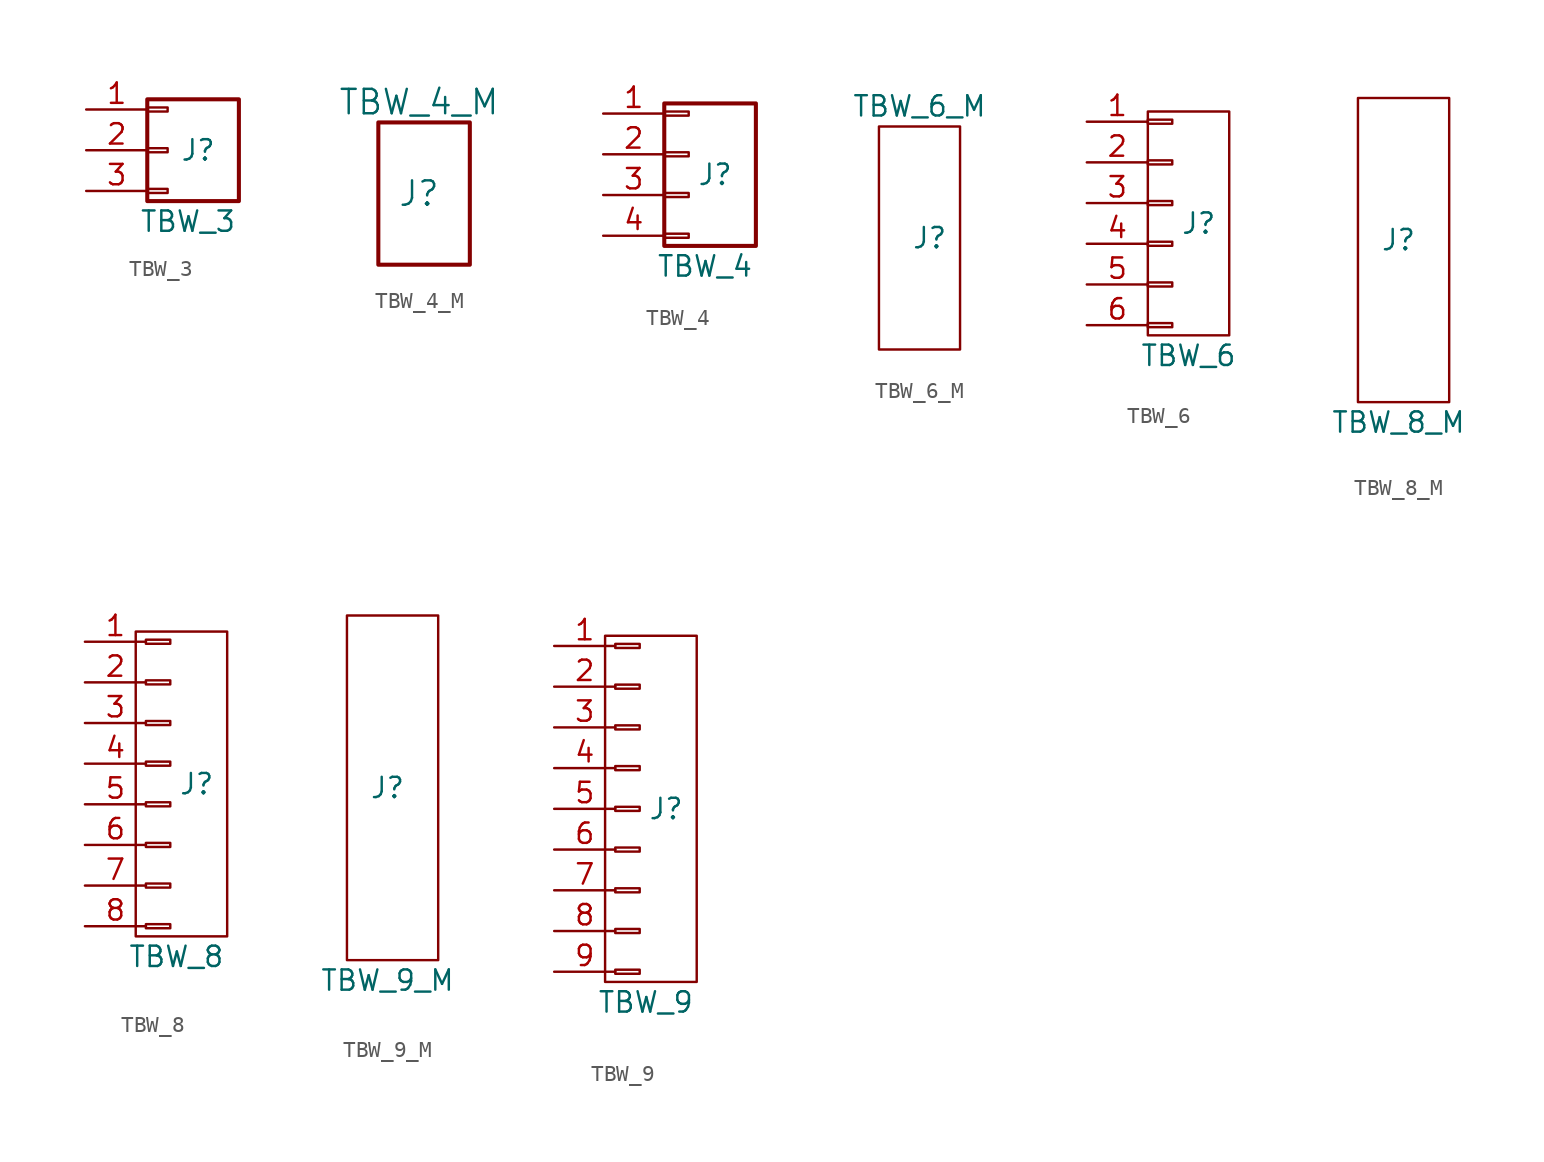
<source format=kicad_sym>
(kicad_symbol_lib
  (version 20211014)
  (generator kicad_symbol_editor)
  (symbol "TBW_3"
    (pin_names
      (offset 1.016) hide)
    (property "Reference" "J"
      (at 1.905 0 0)
      (effects (font (size 1.27 1.27))))
    (property "Value" "TBW_3"
      (at 1.27 -4.445 0)
      (effects (font (size 1.27 1.27))))
    (symbol "TBW_3_0_1"
      (rectangle (start -1.27 3.175) (end 4.445 -3.175) (stroke (width 0.254) (type default) (color 0 0 0 0)) (fill (type none))))
    (symbol "TBW_3_1_1"
      (rectangle (start -1.27 -2.413) (end 0 -2.667) (stroke (width 0.152) (type default) (color 0 0 0 0)) (fill (type none)))
      (rectangle (start -1.27 0.127) (end 0 -0.127) (stroke (width 0.152) (type default) (color 0 0 0 0)) (fill (type none)))
      (rectangle (start -1.27 2.667) (end 0 2.413) (stroke (width 0.152) (type default) (color 0 0 0 0)) (fill (type none)))
      (pin passive line (at -5.08 2.54 0) (length 3.81) (name "Pin_1" (effects (font (size 1.27 1.27)))) (number "1" (effects (font (size 1.27 1.27)))))
      (pin passive line (at -5.08 0 0) (length 3.81) (name "Pin_2" (effects (font (size 1.27 1.27)))) (number "2" (effects (font (size 1.27 1.27)))))
      (pin passive line (at -5.08 -2.54 0) (length 3.81) (name "Pin_3" (effects (font (size 1.27 1.27)))) (number "3" (effects (font (size 1.27 1.27)))))))
  (symbol "TBW_4_M"
    (pin_names
      (offset 1.016))
    (property "Reference" "J"
      (at 0 10.16 0)
      (effects (font (size 1.524 1.524))))
    (property "Value" "TBW_4_M"
      (at 0 15.875 0)
      (effects (font (size 1.524 1.524))))
    (symbol "TBW_4_M_0_1"
      (rectangle (start -2.54 14.605) (end 3.175 5.715) (stroke (width 0.254) (type default) (color 0 0 0 0)) (fill (type none)))))
  (symbol "TBW_4"
    (pin_names
      (offset 1.016) hide)
    (property "Reference" "J"
      (at 1.905 0 0)
      (effects (font (size 1.27 1.27))))
    (property "Value" "TBW_4"
      (at 1.27 -5.715 0)
      (effects (font (size 1.27 1.27))))
    (property "Footprint" ""
      (at 0 0 0)
      (effects (font (size 1.27 1.27))))
    (property "Datasheet" ""
      (at 0 0 0)
      (effects (font (size 1.27 1.27))))
    (symbol "TBW_4_0_1"
      (rectangle (start -1.27 -3.683) (end 0.254 -3.937) (stroke (width 0) (type default) (color 0 0 0 0)) (fill (type none)))
      (rectangle (start -1.27 -1.143) (end 0.254 -1.397) (stroke (width 0) (type default) (color 0 0 0 0)) (fill (type none)))
      (rectangle (start -1.27 1.397) (end 0.254 1.143) (stroke (width 0) (type default) (color 0 0 0 0)) (fill (type none)))
      (rectangle (start -1.27 3.937) (end 0.254 3.683) (stroke (width 0) (type default) (color 0 0 0 0)) (fill (type none)))
      (rectangle (start -1.27 4.445) (end 4.445 -4.445) (stroke (width 0.254) (type default) (color 0 0 0 0)) (fill (type none))))
    (symbol "TBW_4_1_1"
      (pin passive line (at -5.08 3.81 0) (length 3.81) (name "P1" (effects (font (size 1.27 1.27)))) (number "1" (effects (font (size 1.27 1.27)))))
      (pin passive line (at -5.08 1.27 0) (length 3.81) (name "P2" (effects (font (size 1.27 1.27)))) (number "2" (effects (font (size 1.27 1.27)))))
      (pin passive line (at -5.08 -1.27 0) (length 3.81) (name "P3" (effects (font (size 1.27 1.27)))) (number "3" (effects (font (size 1.27 1.27)))))
      (pin passive line (at -5.08 -3.81 0) (length 3.81) (name "P4" (effects (font (size 1.27 1.27)))) (number "4" (effects (font (size 1.27 1.27)))))))
  (symbol "TBW_6_M"
    (pin_names
      (offset 1.016) hide)
    (property "Reference" "J"
      (at 1.905 0 0)
      (effects (font (size 1.27 1.27))))
    (property "Value" "TBW_6_M"
      (at 1.27 8.255 0)
      (effects (font (size 1.27 1.27))))
    (property "Footprint" ""
      (at 0 0 0)
      (effects (font (size 1.27 1.27))))
    (property "Datasheet" ""
      (at 0 0 0)
      (effects (font (size 1.27 1.27))))
    (symbol "TBW_6_M_0_1"
      (rectangle (start -1.27 6.985) (end 3.81 -6.985) (stroke (width 0) (type default) (color 0 0 0 0)) (fill (type none)))))
  (symbol "TBW_6"
    (pin_names
      (offset 1.016) hide)
    (property "Reference" "J"
      (at 1.905 0 0)
      (effects (font (size 1.27 1.27))))
    (property "Value" "TBW_6"
      (at 1.27 -8.255 0)
      (effects (font (size 1.27 1.27))))
    (property "Footprint" ""
      (at 0 0 0)
      (effects (font (size 1.27 1.27))))
    (property "Datasheet" ""
      (at 0 0 0)
      (effects (font (size 1.27 1.27))))
    (symbol "TBW_6_0_1"
      (rectangle (start -1.27 -6.223) (end 0.254 -6.477) (stroke (width 0) (type default) (color 0 0 0 0)) (fill (type none)))
      (rectangle (start -1.27 -3.683) (end 0.254 -3.937) (stroke (width 0) (type default) (color 0 0 0 0)) (fill (type none)))
      (rectangle (start -1.27 -1.143) (end 0.254 -1.397) (stroke (width 0) (type default) (color 0 0 0 0)) (fill (type none)))
      (rectangle (start -1.27 1.397) (end 0.254 1.143) (stroke (width 0) (type default) (color 0 0 0 0)) (fill (type none)))
      (rectangle (start -1.27 3.937) (end 0.254 3.683) (stroke (width 0) (type default) (color 0 0 0 0)) (fill (type none)))
      (rectangle (start -1.27 6.477) (end 0.254 6.223) (stroke (width 0) (type default) (color 0 0 0 0)) (fill (type none)))
      (rectangle (start -1.27 6.985) (end 3.81 -6.985) (stroke (width 0) (type default) (color 0 0 0 0)) (fill (type none))))
    (symbol "TBW_6_1_1"
      (pin passive line (at -5.08 6.35 0) (length 3.81) (name "P1" (effects (font (size 1.27 1.27)))) (number "1" (effects (font (size 1.27 1.27)))))
      (pin passive line (at -5.08 3.81 0) (length 3.81) (name "P2" (effects (font (size 1.27 1.27)))) (number "2" (effects (font (size 1.27 1.27)))))
      (pin passive line (at -5.08 1.27 0) (length 3.81) (name "P3" (effects (font (size 1.27 1.27)))) (number "3" (effects (font (size 1.27 1.27)))))
      (pin passive line (at -5.08 -1.27 0) (length 3.81) (name "P4" (effects (font (size 1.27 1.27)))) (number "4" (effects (font (size 1.27 1.27)))))
      (pin passive line (at -5.08 -3.81 0) (length 3.81) (name "P5" (effects (font (size 1.27 1.27)))) (number "5" (effects (font (size 1.27 1.27)))))
      (pin passive line (at -5.08 -6.35 0) (length 3.81) (name "P6" (effects (font (size 1.27 1.27)))) (number "6" (effects (font (size 1.27 1.27)))))))
  (symbol "TBW_8_M"
    (pin_names
      (offset 1.016) hide)
    (property "Reference" "J"
      (at 0.635 -1.905 0)
      (effects (font (size 1.27 1.27))))
    (property "Value" "TBW_8_M"
      (at 0.635 -13.335 0)
      (effects (font (size 1.27 1.27))))
    (property "Footprint" ""
      (at 0 0 0)
      (effects (font (size 1.27 1.27))))
    (property "Datasheet" ""
      (at 0 0 0)
      (effects (font (size 1.27 1.27))))
    (symbol "TBW_8_M_0_1"
      (rectangle (start -1.905 6.985) (end 3.81 -12.065) (stroke (width 0) (type default) (color 0 0 0 0)) (fill (type none)))))
  (symbol "TBW_8"
    (pin_names
      (offset 1.016) hide)
    (property "Reference" "J"
      (at 1.905 -2.54 0)
      (effects (font (size 1.27 1.27))))
    (property "Value" "TBW_8"
      (at 0.635 -13.335 0)
      (effects (font (size 1.27 1.27))))
    (property "Footprint" ""
      (at 0 0 0)
      (effects (font (size 1.27 1.27))))
    (property "Datasheet" ""
      (at 0 0 0)
      (effects (font (size 1.27 1.27))))
    (symbol "TBW_8_0_1"
      (rectangle (start -1.905 6.985) (end 3.81 -12.065) (stroke (width 0) (type default) (color 0 0 0 0)) (fill (type none)))
      (rectangle (start -1.27 -11.303) (end 0.254 -11.557) (stroke (width 0) (type default) (color 0 0 0 0)) (fill (type none)))
      (rectangle (start -1.27 -8.763) (end 0.254 -9.017) (stroke (width 0) (type default) (color 0 0 0 0)) (fill (type none)))
      (rectangle (start -1.27 -6.223) (end 0.254 -6.477) (stroke (width 0) (type default) (color 0 0 0 0)) (fill (type none)))
      (rectangle (start -1.27 -3.683) (end 0.254 -3.937) (stroke (width 0) (type default) (color 0 0 0 0)) (fill (type none)))
      (rectangle (start -1.27 -1.143) (end 0.254 -1.397) (stroke (width 0) (type default) (color 0 0 0 0)) (fill (type none)))
      (rectangle (start -1.27 1.397) (end 0.254 1.143) (stroke (width 0) (type default) (color 0 0 0 0)) (fill (type none)))
      (rectangle (start -1.27 3.937) (end 0.254 3.683) (stroke (width 0) (type default) (color 0 0 0 0)) (fill (type none)))
      (rectangle (start -1.27 6.477) (end 0.254 6.223) (stroke (width 0) (type default) (color 0 0 0 0)) (fill (type none))))
    (symbol "TBW_8_1_1"
      (pin passive line (at -5.08 6.35 0) (length 3.81) (name "P1" (effects (font (size 1.27 1.27)))) (number "1" (effects (font (size 1.27 1.27)))))
      (pin passive line (at -5.08 3.81 0) (length 3.81) (name "P2" (effects (font (size 1.27 1.27)))) (number "2" (effects (font (size 1.27 1.27)))))
      (pin passive line (at -5.08 1.27 0) (length 3.81) (name "P3" (effects (font (size 1.27 1.27)))) (number "3" (effects (font (size 1.27 1.27)))))
      (pin passive line (at -5.08 -1.27 0) (length 3.81) (name "P4" (effects (font (size 1.27 1.27)))) (number "4" (effects (font (size 1.27 1.27)))))
      (pin passive line (at -5.08 -3.81 0) (length 3.81) (name "P5" (effects (font (size 1.27 1.27)))) (number "5" (effects (font (size 1.27 1.27)))))
      (pin passive line (at -5.08 -6.35 0) (length 3.81) (name "P6" (effects (font (size 1.27 1.27)))) (number "6" (effects (font (size 1.27 1.27)))))
      (pin passive line (at -5.08 -8.89 0) (length 3.81) (name "P7" (effects (font (size 1.27 1.27)))) (number "7" (effects (font (size 1.27 1.27)))))
      (pin passive line (at -5.08 -11.43 0) (length 3.81) (name "P8" (effects (font (size 1.27 1.27)))) (number "8" (effects (font (size 1.27 1.27)))))))
  (symbol "TBW_9_M"
    (pin_names
      (offset 1.016) hide)
    (property "Reference" "J"
      (at 0.635 -3.81 0)
      (effects (font (size 1.27 1.27))))
    (property "Value" "TBW_9_M"
      (at 0.635 -15.875 0)
      (effects (font (size 1.27 1.27))))
    (property "Footprint" ""
      (at 0 0 0)
      (effects (font (size 1.27 1.27))))
    (property "Datasheet" ""
      (at 0 0 0)
      (effects (font (size 1.27 1.27))))
    (symbol "TBW_9_M_0_1"
      (rectangle (start -1.905 6.985) (end 3.81 -14.605) (stroke (width 0.152) (type default) (color 0 0 0 0)) (fill (type none)))))
  (symbol "TBW_9"
    (pin_names
      (offset 1.016) hide)
    (property "Reference" "J"
      (at 1.905 -3.81 0)
      (effects (font (size 1.27 1.27))))
    (property "Value" "TBW_9"
      (at 0.635 -15.875 0)
      (effects (font (size 1.27 1.27))))
    (property "Footprint" ""
      (at 0 0 0)
      (effects (font (size 1.27 1.27))))
    (property "Datasheet" ""
      (at 0 0 0)
      (effects (font (size 1.27 1.27))))
    (symbol "TBW_9_0_1"
      (rectangle (start -1.905 6.985) (end 3.81 -14.605) (stroke (width 0.152) (type default) (color 0 0 0 0)) (fill (type none)))
      (rectangle (start -1.27 -13.843) (end 0.254 -14.097) (stroke (width 0) (type default) (color 0 0 0 0)) (fill (type none)))
      (rectangle (start -1.27 -11.303) (end 0.254 -11.557) (stroke (width 0) (type default) (color 0 0 0 0)) (fill (type none)))
      (rectangle (start -1.27 -8.763) (end 0.254 -9.017) (stroke (width 0) (type default) (color 0 0 0 0)) (fill (type none)))
      (rectangle (start -1.27 -6.223) (end 0.254 -6.477) (stroke (width 0) (type default) (color 0 0 0 0)) (fill (type none)))
      (rectangle (start -1.27 -3.683) (end 0.254 -3.937) (stroke (width 0) (type default) (color 0 0 0 0)) (fill (type none)))
      (rectangle (start -1.27 -1.143) (end 0.254 -1.397) (stroke (width 0) (type default) (color 0 0 0 0)) (fill (type none)))
      (rectangle (start -1.27 1.397) (end 0.254 1.143) (stroke (width 0) (type default) (color 0 0 0 0)) (fill (type none)))
      (rectangle (start -1.27 3.937) (end 0.254 3.683) (stroke (width 0) (type default) (color 0 0 0 0)) (fill (type none)))
      (rectangle (start -1.27 6.477) (end 0.254 6.223) (stroke (width 0) (type default) (color 0 0 0 0)) (fill (type none))))
    (symbol "TBW_9_1_1"
      (pin passive line (at -5.08 6.35 0) (length 3.81) (name "P1" (effects (font (size 1.27 1.27)))) (number "1" (effects (font (size 1.27 1.27)))))
      (pin passive line (at -5.08 3.81 0) (length 3.81) (name "P2" (effects (font (size 1.27 1.27)))) (number "2" (effects (font (size 1.27 1.27)))))
      (pin passive line (at -5.08 1.27 0) (length 3.81) (name "P3" (effects (font (size 1.27 1.27)))) (number "3" (effects (font (size 1.27 1.27)))))
      (pin passive line (at -5.08 -1.27 0) (length 3.81) (name "P4" (effects (font (size 1.27 1.27)))) (number "4" (effects (font (size 1.27 1.27)))))
      (pin passive line (at -5.08 -3.81 0) (length 3.81) (name "P5" (effects (font (size 1.27 1.27)))) (number "5" (effects (font (size 1.27 1.27)))))
      (pin passive line (at -5.08 -6.35 0) (length 3.81) (name "P6" (effects (font (size 1.27 1.27)))) (number "6" (effects (font (size 1.27 1.27)))))
      (pin passive line (at -5.08 -8.89 0) (length 3.81) (name "P7" (effects (font (size 1.27 1.27)))) (number "7" (effects (font (size 1.27 1.27)))))
      (pin passive line (at -5.08 -11.43 0) (length 3.81) (name "P8" (effects (font (size 1.27 1.27)))) (number "8" (effects (font (size 1.27 1.27)))))
      (pin passive line (at -5.08 -13.97 0) (length 3.81) (name "P9" (effects (font (size 1.27 1.27)))) (number "9" (effects (font (size 1.27 1.27))))))))
</source>
